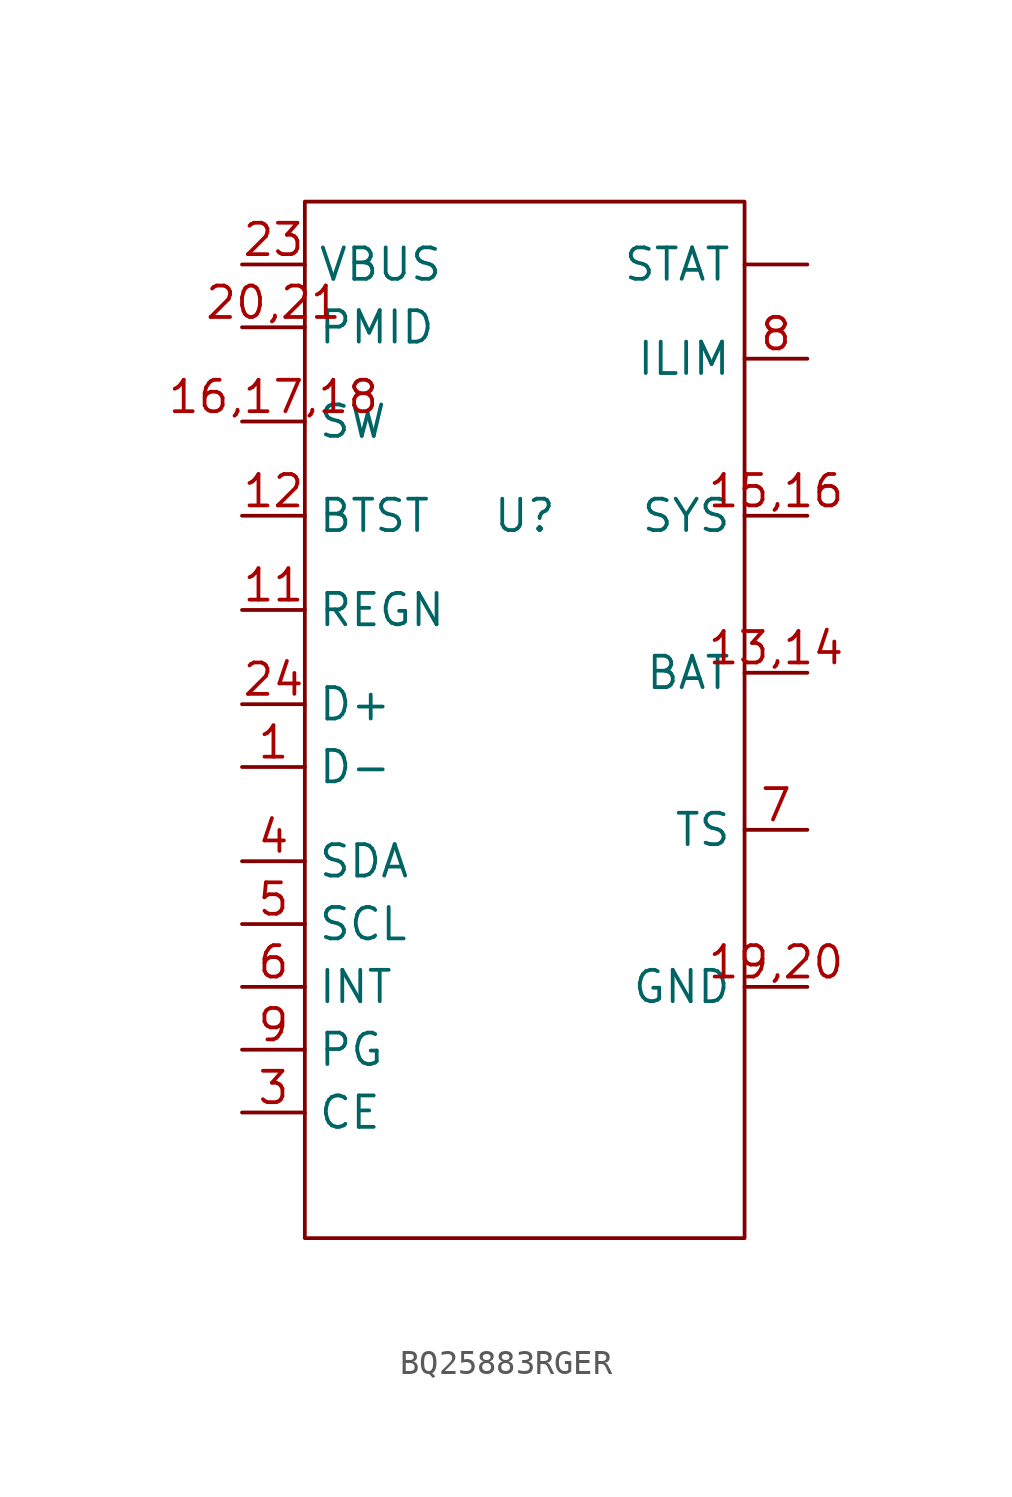
<source format=kicad_sym>
(kicad_symbol_lib
  (version 20231120)
  (generator "kicad_symbol_editor")
  (generator_version "8.0")
  (symbol "BQ25883RGER"
    (property "Reference" "U"
      (at 0 0 0)
      (effects (font (size 1.27 1.27))))
    (property "Value" ""
      (at 0 0 0)
      (effects (font (size 1.27 1.27))))
    (symbol "BQ25883RGER_0_1"
      (rectangle (start -8.89 12.7) (end 8.89 -29.21) (stroke (width 0) (type default)) (fill (type none))))
    (symbol "BQ25883RGER_1_1"
      (pin input line (at 11.43 10.16 180) (length 2.54) (name "STAT" (effects (font (size 1.27 1.27)))) (number "" (effects (font (size 1.27 1.27)))))
      (pin input line (at -11.43 -10.16 0) (length 2.54) (name "D-" (effects (font (size 1.27 1.27)))) (number "1" (effects (font (size 1.27 1.27)))))
      (pin input line (at -11.43 -3.81 0) (length 2.54) (name "REGN" (effects (font (size 1.27 1.27)))) (number "11" (effects (font (size 1.27 1.27)))))
      (pin input line (at -11.43 0 0) (length 2.54) (name "BTST" (effects (font (size 1.27 1.27)))) (number "12" (effects (font (size 1.27 1.27)))))
      (pin input line (at 11.43 -6.35 180) (length 2.54) (name "BAT" (effects (font (size 1.27 1.27)))) (number "13,14" (effects (font (size 1.27 1.27)))))
      (pin input line (at 11.43 0 180) (length 2.54) (name "SYS" (effects (font (size 1.27 1.27)))) (number "15,16" (effects (font (size 1.27 1.27)))))
      (pin input line (at -11.43 3.81 0) (length 2.54) (name "SW" (effects (font (size 1.27 1.27)))) (number "16,17,18" (effects (font (size 1.27 1.27)))))
      (pin input line (at 11.43 -19.05 180) (length 2.54) (name "GND" (effects (font (size 1.27 1.27)))) (number "19,20" (effects (font (size 1.27 1.27)))))
      (pin input line (at -11.43 7.62 0) (length 2.54) (name "PMID" (effects (font (size 1.27 1.27)))) (number "20,21" (effects (font (size 1.27 1.27)))))
      (pin input line (at -11.43 10.16 0) (length 2.54) (name "VBUS" (effects (font (size 1.27 1.27)))) (number "23" (effects (font (size 1.27 1.27)))))
      (pin input line (at -11.43 -7.62 0) (length 2.54) (name "D+" (effects (font (size 1.27 1.27)))) (number "24" (effects (font (size 1.27 1.27)))))
      (pin input line (at -11.43 -24.13 0) (length 2.54) (name "CE" (effects (font (size 1.27 1.27)))) (number "3" (effects (font (size 1.27 1.27)))))
      (pin input line (at -11.43 -13.97 0) (length 2.54) (name "SDA" (effects (font (size 1.27 1.27)))) (number "4" (effects (font (size 1.27 1.27)))))
      (pin input line (at -11.43 -16.51 0) (length 2.54) (name "SCL" (effects (font (size 1.27 1.27)))) (number "5" (effects (font (size 1.27 1.27)))))
      (pin input line (at -11.43 -19.05 0) (length 2.54) (name "INT" (effects (font (size 1.27 1.27)))) (number "6" (effects (font (size 1.27 1.27)))))
      (pin input line (at 11.43 -12.7 180) (length 2.54) (name "TS" (effects (font (size 1.27 1.27)))) (number "7" (effects (font (size 1.27 1.27)))))
      (pin input line (at 11.43 6.35 180) (length 2.54) (name "ILIM" (effects (font (size 1.27 1.27)))) (number "8" (effects (font (size 1.27 1.27)))))
      (pin input line (at -11.43 -21.59 0) (length 2.54) (name "PG" (effects (font (size 1.27 1.27)))) (number "9" (effects (font (size 1.27 1.27))))))))
</source>
